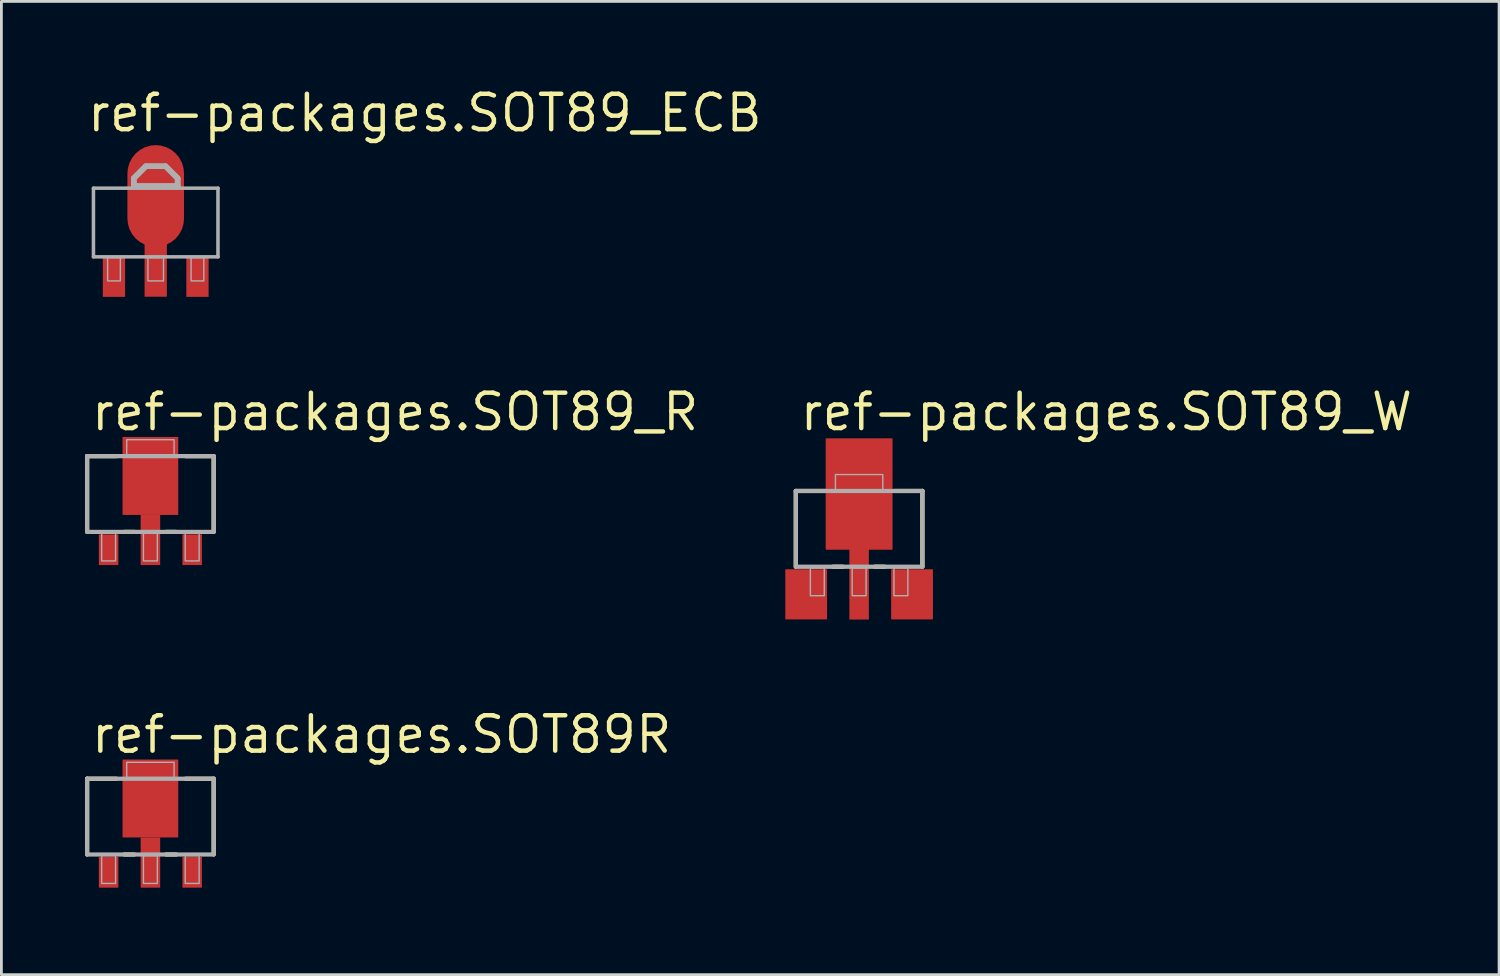
<source format=kicad_pcb>
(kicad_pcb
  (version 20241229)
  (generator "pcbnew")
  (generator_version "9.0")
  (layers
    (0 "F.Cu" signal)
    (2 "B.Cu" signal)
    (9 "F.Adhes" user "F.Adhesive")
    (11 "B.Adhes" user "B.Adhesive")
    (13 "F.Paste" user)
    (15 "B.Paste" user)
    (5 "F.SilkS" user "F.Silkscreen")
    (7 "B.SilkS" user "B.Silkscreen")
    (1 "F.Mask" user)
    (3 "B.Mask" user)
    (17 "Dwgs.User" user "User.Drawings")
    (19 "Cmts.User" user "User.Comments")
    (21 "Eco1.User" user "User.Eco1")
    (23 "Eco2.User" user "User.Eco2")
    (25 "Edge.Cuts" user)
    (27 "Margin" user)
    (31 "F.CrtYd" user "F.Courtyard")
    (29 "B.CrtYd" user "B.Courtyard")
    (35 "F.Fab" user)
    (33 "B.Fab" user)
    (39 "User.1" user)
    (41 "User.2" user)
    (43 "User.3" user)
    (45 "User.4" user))
  (footprint "ref-packages.SOT89R"
    (layer "F.Cu")
    (at 2.349 26.515)
    (property "Reference" "ref-packages.SOT89R" (at -2.205 -2.455 0) (layer "F.SilkS") (effects (font (size 1.27 1.27) (thickness 0.16)) (justify left bottom)))
    (attr smd)
    (fp_rect (start -0.45 2.4) (end 0.45 1.1) (stroke (width 0.05) (type default)) (fill yes) (layer "F.Mask"))
    (fp_line (start -2.272 -1.61) (end -1.214 -1.61) (stroke (width 0.152) (type default)) (layer "F.SilkS"))
    (fp_line (start -2.272 1.102) (end -2.272 -1.61) (stroke (width 0.152) (type default)) (layer "F.SilkS"))
    (fp_line (start -0.578 1.11) (end -0.936 1.11) (stroke (width 0.152) (type default)) (layer "F.SilkS"))
    (fp_line (start 0.922 1.11) (end 0.564 1.11) (stroke (width 0.152) (type default)) (layer "F.SilkS"))
    (fp_line (start 1.264 -1.61) (end 2.272 -1.61) (stroke (width 0.152) (type default)) (layer "F.SilkS"))
    (fp_line (start 2.272 -1.61) (end 2.272 1.102) (stroke (width 0.152) (type default)) (layer "F.SilkS"))
    (fp_rect (start -0.35 2.3) (end 0.35 1.2) (stroke (width 0.05) (type default)) (fill yes) (layer "F.Paste"))
    (fp_line (start -2.272 -1.61) (end 2.272 -1.61) (stroke (width 0.152) (type default)) (layer "F.Fab"))
    (fp_line (start -2.272 1.11) (end -2.272 -1.61) (stroke (width 0.152) (type default)) (layer "F.Fab"))
    (fp_line (start 2.272 -1.61) (end 2.272 1.11) (stroke (width 0.152) (type default)) (layer "F.Fab"))
    (fp_line (start 2.272 1.11) (end -2.272 1.11) (stroke (width 0.152) (type default)) (layer "F.Fab"))
    (fp_rect (start -1.75 2.15) (end -1.25 1.15) (stroke (width 0.05) (type default)) (fill no) (layer "F.Fab"))
    (fp_rect (start -0.85 -1.65) (end 0.85 -2.2) (stroke (width 0.05) (type default)) (fill no) (layer "F.Fab"))
    (fp_rect (start -0.25 2.15) (end 0.25 1.15) (stroke (width 0.05) (type default)) (fill no) (layer "F.Fab"))
    (fp_rect (start 1.25 2.15) (end 1.75 1.15) (stroke (width 0.05) (type default)) (fill no) (layer "F.Fab"))
    (pad "1" smd roundrect (at 1.5 1.75) (size 0.7 1.1) (layers "F.Cu" "F.Mask" "F.Paste") (roundrect_rratio 0.01))
    (pad "2" smd roundrect (at -1.5 1.75) (size 0.7 1.1) (layers "F.Cu" "F.Mask" "F.Paste") (roundrect_rratio 0.01))
    (pad "3" smd roundrect (at 0 1.4) (size 0.7 1.8) (layers "F.Cu" "F.Mask" "F.Paste") (roundrect_rratio 0.01))
    (pad "4" smd roundrect (at 0 -0.9) (size 2 2.8) (layers "F.Cu" "F.Mask" "F.Paste") (roundrect_rratio 0.01)))
  (footprint "ref-packages.SOT89_W"
    (layer "F.Cu")
    (at 27.791 16.185)
    (property "Reference" "ref-packages.SOT89_W" (at -2.205 -3.705 0) (layer "F.SilkS") (effects (font (size 1.27 1.27) (thickness 0.16)) (justify left bottom)))
    (attr smd)
    (fp_rect (start -0.45 3.1) (end 0.45 1.1) (stroke (width 0.05) (type default)) (fill yes) (layer "F.Mask"))
    (fp_line (start -2.272 -1.61) (end -1.214 -1.61) (stroke (width 0.152) (type default)) (layer "F.SilkS"))
    (fp_line (start -2.272 1.102) (end -2.272 -1.61) (stroke (width 0.152) (type default)) (layer "F.SilkS"))
    (fp_line (start -0.578 1.11) (end -0.936 1.11) (stroke (width 0.152) (type default)) (layer "F.SilkS"))
    (fp_line (start 0.922 1.11) (end 0.564 1.11) (stroke (width 0.152) (type default)) (layer "F.SilkS"))
    (fp_line (start 1.264 -1.61) (end 2.272 -1.61) (stroke (width 0.152) (type default)) (layer "F.SilkS"))
    (fp_line (start 2.272 -1.61) (end 2.272 1.102) (stroke (width 0.152) (type default)) (layer "F.SilkS"))
    (fp_rect (start -0.35 3) (end 0.35 1.2) (stroke (width 0.05) (type default)) (fill yes) (layer "F.Paste"))
    (fp_line (start -2.272 -1.61) (end 2.272 -1.61) (stroke (width 0.152) (type default)) (layer "F.Fab"))
    (fp_line (start -2.272 1.11) (end -2.272 -1.61) (stroke (width 0.152) (type default)) (layer "F.Fab"))
    (fp_line (start 2.272 -1.61) (end 2.272 1.11) (stroke (width 0.152) (type default)) (layer "F.Fab"))
    (fp_line (start 2.272 1.11) (end -2.272 1.11) (stroke (width 0.152) (type default)) (layer "F.Fab"))
    (fp_rect (start -1.75 2.15) (end -1.25 1.15) (stroke (width 0.05) (type default)) (fill no) (layer "F.Fab"))
    (fp_rect (start -0.85 -1.65) (end 0.85 -2.2) (stroke (width 0.05) (type default)) (fill no) (layer "F.Fab"))
    (fp_rect (start -0.25 2.15) (end 0.25 1.15) (stroke (width 0.05) (type default)) (fill no) (layer "F.Fab"))
    (fp_rect (start 1.25 2.15) (end 1.75 1.15) (stroke (width 0.05) (type default)) (fill no) (layer "F.Fab"))
    (pad "1" smd roundrect (at 1.9 2.1) (size 1.5 1.8) (layers "F.Cu" "F.Mask" "F.Paste") (roundrect_rratio 0.01))
    (pad "2" smd roundrect (at -1.9 2.1) (size 1.5 1.8) (layers "F.Cu" "F.Mask" "F.Paste") (roundrect_rratio 0.01))
    (pad "3" smd roundrect (at 0 -1.5) (size 2.4 4) (layers "F.Cu" "F.Mask" "F.Paste") (roundrect_rratio 0.01))
    (pad "4" smd roundrect (at 0 1.73) (size 0.7 2.55) (layers "F.Cu" "F.Mask" "F.Paste") (roundrect_rratio 0.01)))
  (footprint "ref-packages.SOT89_ECB"
    (layer "F.Cu")
    (at 2.54 4.925)
    (property "Reference" "ref-packages.SOT89_ECB" (at -2.54 -3.175 0) (layer "F.SilkS") (effects (font (size 1.27 1.27) (thickness 0.16)) (justify left bottom)))
    (attr smd)
    (fp_rect (start -0.5 2.78) (end 0.5 1.18) (stroke (width 0.05) (type default)) (fill yes) (layer "F.Mask"))
    (fp_rect (start -0.4 2.68) (end 0.4 1.28) (stroke (width 0.05) (type default)) (fill yes) (layer "F.Paste"))
    (fp_line (start -2.235 -1.219) (end 2.235 -1.219) (stroke (width 0.127) (type default)) (layer "F.Fab"))
    (fp_line (start -2.235 1.245) (end -2.235 -1.219) (stroke (width 0.127) (type default)) (layer "F.Fab"))
    (fp_line (start -0.787 -1.575) (end -0.356 -2.007) (stroke (width 0.2) (type default)) (layer "F.Fab"))
    (fp_line (start -0.787 -1.295) (end -0.787 -1.575) (stroke (width 0.2) (type default)) (layer "F.Fab"))
    (fp_line (start -0.356 -2.007) (end 0.356 -2.007) (stroke (width 0.2) (type default)) (layer "F.Fab"))
    (fp_line (start 0.356 -2.007) (end 0.787 -1.575) (stroke (width 0.2) (type default)) (layer "F.Fab"))
    (fp_line (start 0.787 -1.575) (end 0.787 -1.295) (stroke (width 0.2) (type default)) (layer "F.Fab"))
    (fp_line (start 0.787 -1.295) (end -0.787 -1.295) (stroke (width 0.2) (type default)) (layer "F.Fab"))
    (fp_line (start 2.235 -1.219) (end 2.235 1.245) (stroke (width 0.127) (type default)) (layer "F.Fab"))
    (fp_line (start 2.235 1.245) (end -2.235 1.245) (stroke (width 0.127) (type default)) (layer "F.Fab"))
    (fp_rect (start -1.727 2.108) (end -1.27 1.27) (stroke (width 0.05) (type default)) (fill no) (layer "F.Fab"))
    (fp_rect (start -0.279 2.108) (end 0.279 1.27) (stroke (width 0.05) (type default)) (fill no) (layer "F.Fab"))
    (fp_rect (start 1.27 2.108) (end 1.727 1.27) (stroke (width 0.05) (type default)) (fill no) (layer "F.Fab"))
    (fp_poly (pts (xy -0.787 -1.321) (xy -0.787 -1.575) (xy -0.356 -2.007) (xy 0.305 -2.007) (xy 0.356 -2.007) (xy 0.787 -1.575) (xy 0.787 -1.295) (xy -0.787 -1.295)) (stroke (width 0.2) (type default)) (fill no) (layer "F.Fab"))
    (pad "B" smd roundrect (at 1.499 1.981) (size 0.8 1.4) (layers "F.Cu" "F.Mask" "F.Paste") (roundrect_rratio 0.01))
    (pad "C" smd roundrect (at 0 1.727) (size 0.8 1.9) (layers "F.Cu" "F.Mask" "F.Paste") (roundrect_rratio 0.01))
    (pad "C@1" smd roundrect (at 0 -0.94) (size 2.032 3.65) (layers "F.Cu" "F.Mask" "F.Paste") (roundrect_rratio 0.5))
    (pad "E" smd roundrect (at -1.499 1.981) (size 0.8 1.4) (layers "F.Cu" "F.Mask" "F.Paste") (roundrect_rratio 0.01)))
  (footprint "ref-packages.SOT89_R"
    (layer "F.Cu")
    (at 2.349 14.935)
    (property "Reference" "ref-packages.SOT89_R" (at -2.205 -2.455 0) (layer "F.SilkS") (effects (font (size 1.27 1.27) (thickness 0.16)) (justify left bottom)))
    (attr smd)
    (fp_rect (start -0.45 2.4) (end 0.45 1.1) (stroke (width 0.05) (type default)) (fill yes) (layer "F.Mask"))
    (fp_line (start -2.272 -1.61) (end -1.214 -1.61) (stroke (width 0.152) (type default)) (layer "F.SilkS"))
    (fp_line (start -2.272 1.102) (end -2.272 -1.61) (stroke (width 0.152) (type default)) (layer "F.SilkS"))
    (fp_line (start -0.578 1.11) (end -0.936 1.11) (stroke (width 0.152) (type default)) (layer "F.SilkS"))
    (fp_line (start 0.922 1.11) (end 0.564 1.11) (stroke (width 0.152) (type default)) (layer "F.SilkS"))
    (fp_line (start 1.264 -1.61) (end 2.272 -1.61) (stroke (width 0.152) (type default)) (layer "F.SilkS"))
    (fp_line (start 2.272 -1.61) (end 2.272 1.102) (stroke (width 0.152) (type default)) (layer "F.SilkS"))
    (fp_rect (start -0.35 2.3) (end 0.35 1.2) (stroke (width 0.05) (type default)) (fill yes) (layer "F.Paste"))
    (fp_line (start -2.272 -1.61) (end 2.272 -1.61) (stroke (width 0.152) (type default)) (layer "F.Fab"))
    (fp_line (start -2.272 1.11) (end -2.272 -1.61) (stroke (width 0.152) (type default)) (layer "F.Fab"))
    (fp_line (start 2.272 -1.61) (end 2.272 1.11) (stroke (width 0.152) (type default)) (layer "F.Fab"))
    (fp_line (start 2.272 1.11) (end -2.272 1.11) (stroke (width 0.152) (type default)) (layer "F.Fab"))
    (fp_rect (start -1.75 2.15) (end -1.25 1.15) (stroke (width 0.05) (type default)) (fill no) (layer "F.Fab"))
    (fp_rect (start -0.85 -1.65) (end 0.85 -2.2) (stroke (width 0.05) (type default)) (fill no) (layer "F.Fab"))
    (fp_rect (start -0.25 2.15) (end 0.25 1.15) (stroke (width 0.05) (type default)) (fill no) (layer "F.Fab"))
    (fp_rect (start 1.25 2.15) (end 1.75 1.15) (stroke (width 0.05) (type default)) (fill no) (layer "F.Fab"))
    (pad "1" smd roundrect (at 1.5 1.75) (size 0.7 1.1) (layers "F.Cu" "F.Mask" "F.Paste") (roundrect_rratio 0.01))
    (pad "2" smd roundrect (at -1.5 1.75) (size 0.7 1.1) (layers "F.Cu" "F.Mask" "F.Paste") (roundrect_rratio 0.01))
    (pad "3" smd roundrect (at 0 1.4) (size 0.7 1.8) (layers "F.Cu" "F.Mask" "F.Paste") (roundrect_rratio 0.01))
    (pad "4" smd roundrect (at 0 -0.9) (size 2 2.8) (layers "F.Cu" "F.Mask" "F.Paste") (roundrect_rratio 0.01)))
  (gr_rect
    (start -3 -3)
    (end 50.765 31.94)
    (stroke (width 0.1) (type default))
    (fill no)
    (layer "Edge.Cuts")))
</source>
